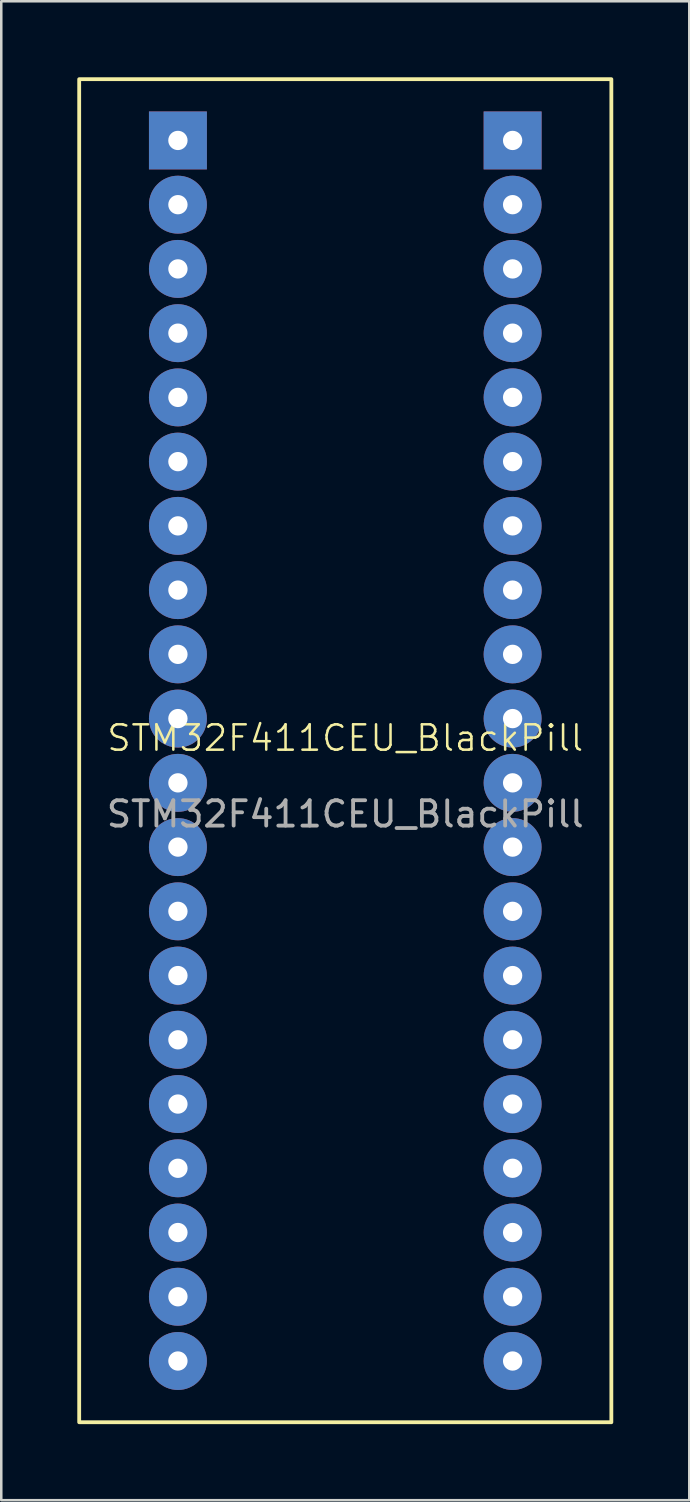
<source format=kicad_pcb>
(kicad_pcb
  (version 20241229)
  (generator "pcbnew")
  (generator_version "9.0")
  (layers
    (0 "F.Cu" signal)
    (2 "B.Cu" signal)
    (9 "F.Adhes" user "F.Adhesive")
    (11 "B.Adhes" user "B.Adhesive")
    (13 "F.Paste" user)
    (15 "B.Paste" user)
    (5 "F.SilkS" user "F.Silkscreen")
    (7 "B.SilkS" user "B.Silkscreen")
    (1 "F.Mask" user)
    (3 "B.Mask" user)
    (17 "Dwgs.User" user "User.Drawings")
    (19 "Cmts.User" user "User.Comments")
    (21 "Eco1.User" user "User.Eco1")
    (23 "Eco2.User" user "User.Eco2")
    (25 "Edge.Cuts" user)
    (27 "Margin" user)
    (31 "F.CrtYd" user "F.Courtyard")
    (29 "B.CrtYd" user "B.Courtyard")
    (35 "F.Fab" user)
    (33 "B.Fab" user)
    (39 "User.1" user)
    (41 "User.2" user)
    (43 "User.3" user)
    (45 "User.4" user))
  (footprint "STM32F411CEU_BlackPill"
    (layer "F.Cu")
    (at 10.575 26.575)
    (property "Reference" "STM32F411CEU_BlackPill" (at 0 -0.5 0) (unlocked yes) (layer "F.SilkS") (effects (font (size 1 1) (thickness 0.1))))
    (attr through_hole)
    (fp_rect (start -10.5 -26.5) (end 10.5 26.5) (stroke (width 0.15) (type default)) (fill no) (layer "F.SilkS"))
    (fp_text user "${REFERENCE}" (at 0 2.5 0) (unlocked yes) (layer "F.Fab") (effects (font (size 1 1) (thickness 0.15))))
    (pad "1" thru_hole rect (at -6.604 -24.083) (size 2.286 2.286) (drill 0.762) (layers "*.Cu" "*.Mask"))
    (pad "2" thru_hole circle (at -6.604 -21.548) (size 2.286 2.286) (drill 0.762) (layers "*.Cu" "*.Mask"))
    (pad "3" thru_hole circle (at -6.604 -19.013) (size 2.286 2.286) (drill 0.762) (layers "*.Cu" "*.Mask"))
    (pad "4" thru_hole circle (at -6.604 -16.478) (size 2.286 2.286) (drill 0.762) (layers "*.Cu" "*.Mask"))
    (pad "5" thru_hole circle (at -6.604 -13.943) (size 2.286 2.286) (drill 0.762) (layers "*.Cu" "*.Mask"))
    (pad "6" thru_hole circle (at -6.604 -11.408) (size 2.286 2.286) (drill 0.762) (layers "*.Cu" "*.Mask"))
    (pad "7" thru_hole circle (at -6.604 -8.873) (size 2.286 2.286) (drill 0.762) (layers "*.Cu" "*.Mask"))
    (pad "8" thru_hole circle (at -6.604 -6.338) (size 2.286 2.286) (drill 0.762) (layers "*.Cu" "*.Mask"))
    (pad "9" thru_hole circle (at -6.604 -3.803) (size 2.286 2.286) (drill 0.762) (layers "*.Cu" "*.Mask"))
    (pad "10" thru_hole circle (at -6.604 -1.268) (size 2.286 2.286) (drill 0.762) (layers "*.Cu" "*.Mask"))
    (pad "11" thru_hole circle (at -6.604 1.268) (size 2.286 2.286) (drill 0.762) (layers "*.Cu" "*.Mask"))
    (pad "12" thru_hole circle (at -6.604 3.803) (size 2.286 2.286) (drill 0.762) (layers "*.Cu" "*.Mask"))
    (pad "13" thru_hole circle (at -6.604 6.338) (size 2.286 2.286) (drill 0.762) (layers "*.Cu" "*.Mask"))
    (pad "14" thru_hole circle (at -6.604 8.873) (size 2.286 2.286) (drill 0.762) (layers "*.Cu" "*.Mask"))
    (pad "15" thru_hole circle (at -6.604 11.408) (size 2.286 2.286) (drill 0.762) (layers "*.Cu" "*.Mask"))
    (pad "16" thru_hole circle (at -6.604 13.943) (size 2.286 2.286) (drill 0.762) (layers "*.Cu" "*.Mask"))
    (pad "17" thru_hole circle (at -6.604 16.478) (size 2.286 2.286) (drill 0.762) (layers "*.Cu" "*.Mask"))
    (pad "18" thru_hole circle (at -6.604 19.013) (size 2.286 2.286) (drill 0.762) (layers "*.Cu" "*.Mask"))
    (pad "19" thru_hole circle (at -6.604 21.548) (size 2.286 2.286) (drill 0.762) (layers "*.Cu" "*.Mask"))
    (pad "20" thru_hole circle (at -6.604 24.083) (size 2.286 2.286) (drill 0.762) (layers "*.Cu" "*.Mask"))
    (pad "21" thru_hole rect (at 6.604 -24.083) (size 2.286 2.286) (drill 0.762) (layers "*.Cu" "*.Mask"))
    (pad "22" thru_hole circle (at 6.604 -21.548) (size 2.286 2.286) (drill 0.762) (layers "*.Cu" "*.Mask"))
    (pad "23" thru_hole circle (at 6.604 -19.013) (size 2.286 2.286) (drill 0.762) (layers "*.Cu" "*.Mask"))
    (pad "24" thru_hole circle (at 6.604 -16.478) (size 2.286 2.286) (drill 0.762) (layers "*.Cu" "*.Mask"))
    (pad "25" thru_hole circle (at 6.604 -13.943) (size 2.286 2.286) (drill 0.762) (layers "*.Cu" "*.Mask"))
    (pad "26" thru_hole circle (at 6.604 -11.408) (size 2.286 2.286) (drill 0.762) (layers "*.Cu" "*.Mask"))
    (pad "27" thru_hole circle (at 6.604 -8.873) (size 2.286 2.286) (drill 0.762) (layers "*.Cu" "*.Mask"))
    (pad "28" thru_hole circle (at 6.604 -6.338) (size 2.286 2.286) (drill 0.762) (layers "*.Cu" "*.Mask"))
    (pad "29" thru_hole circle (at 6.604 -3.803) (size 2.286 2.286) (drill 0.762) (layers "*.Cu" "*.Mask"))
    (pad "30" thru_hole circle (at 6.604 -1.268) (size 2.286 2.286) (drill 0.762) (layers "*.Cu" "*.Mask"))
    (pad "31" thru_hole circle (at 6.604 1.268) (size 2.286 2.286) (drill 0.762) (layers "*.Cu" "*.Mask"))
    (pad "32" thru_hole circle (at 6.604 3.803) (size 2.286 2.286) (drill 0.762) (layers "*.Cu" "*.Mask"))
    (pad "33" thru_hole circle (at 6.604 6.338) (size 2.286 2.286) (drill 0.762) (layers "*.Cu" "*.Mask"))
    (pad "34" thru_hole circle (at 6.604 8.873) (size 2.286 2.286) (drill 0.762) (layers "*.Cu" "*.Mask"))
    (pad "35" thru_hole circle (at 6.604 11.408) (size 2.286 2.286) (drill 0.762) (layers "*.Cu" "*.Mask"))
    (pad "36" thru_hole circle (at 6.604 13.943) (size 2.286 2.286) (drill 0.762) (layers "*.Cu" "*.Mask"))
    (pad "37" thru_hole circle (at 6.604 16.478) (size 2.286 2.286) (drill 0.762) (layers "*.Cu" "*.Mask"))
    (pad "38" thru_hole circle (at 6.604 19.013) (size 2.286 2.286) (drill 0.762) (layers "*.Cu" "*.Mask"))
    (pad "39" thru_hole circle (at 6.604 21.548) (size 2.286 2.286) (drill 0.762) (layers "*.Cu" "*.Mask"))
    (pad "40" thru_hole circle (at 6.604 24.083) (size 2.286 2.286) (drill 0.762) (layers "*.Cu" "*.Mask")))
  (gr_rect
    (start -3 -3)
    (end 24.15 56.15)
    (stroke (width 0.1) (type default))
    (fill no)
    (layer "Edge.Cuts")))
</source>
